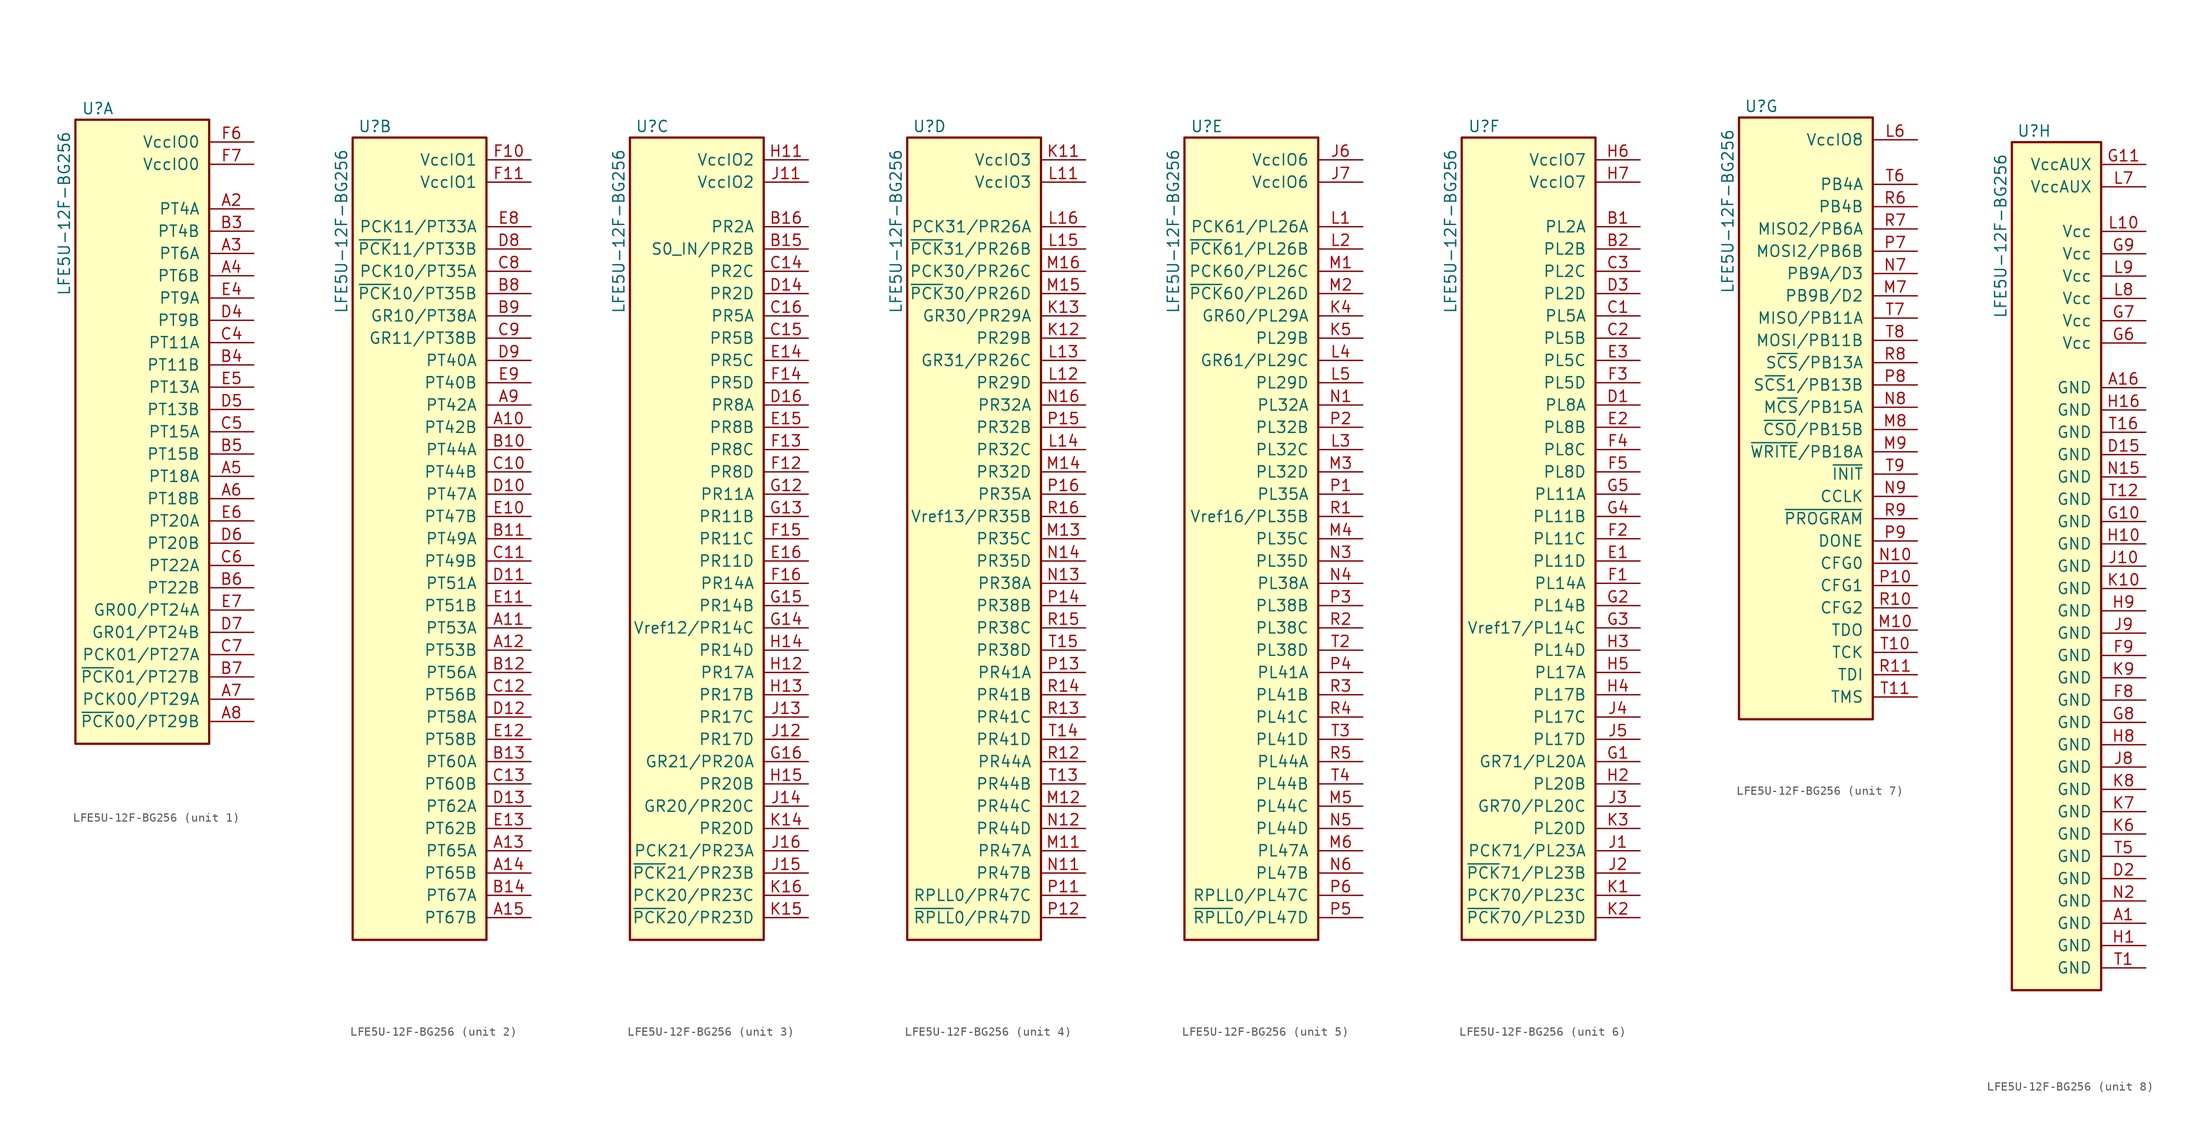
<source format=kicad_sym>
(kicad_symbol_lib
  (version 20220914)
  (generator kicad_symbol_editor)
  (symbol "LFE5U-12F-BG256"
    (pin_names
      (offset 1.016))
    (property "Reference" "U"
      (at 0 19.05 0)
      (effects (font (size 1.27 1.27))))
    (property "Value" "LFE5U-12F-BG256"
      (at -3.81 16.51 90)
      (effects (font (size 1.27 1.27)) (justify right)))
    (property "ki_locked" ""
      (at 0 0 0)
      (effects (font (size 1.27 1.27))))
    (symbol "LFE5U-12F-BG256_1_1"
      (rectangle (start 12.7 17.78) (end -2.54 -53.34) (stroke (width 0.254) (type default)) (fill (type background)))
      (pin bidirectional line (at 17.78 7.62 180) (length 5.08) (name "PT4A" (effects (font (size 1.27 1.27)))) (number "A2" (effects (font (size 1.27 1.27)))))
      (pin bidirectional line (at 17.78 2.54 180) (length 5.08) (name "PT6A" (effects (font (size 1.27 1.27)))) (number "A3" (effects (font (size 1.27 1.27)))))
      (pin bidirectional line (at 17.78 0 180) (length 5.08) (name "PT6B" (effects (font (size 1.27 1.27)))) (number "A4" (effects (font (size 1.27 1.27)))))
      (pin bidirectional line (at 17.78 -22.86 180) (length 5.08) (name "PT18A" (effects (font (size 1.27 1.27)))) (number "A5" (effects (font (size 1.27 1.27)))))
      (pin bidirectional line (at 17.78 -25.4 180) (length 5.08) (name "PT18B" (effects (font (size 1.27 1.27)))) (number "A6" (effects (font (size 1.27 1.27)))))
      (pin bidirectional line (at 17.78 -48.26 180) (length 5.08) (name "PCK00/PT29A" (effects (font (size 1.27 1.27)))) (number "A7" (effects (font (size 1.27 1.27)))))
      (pin bidirectional line (at 17.78 -50.8 180) (length 5.08) (name "~{PCK}00/PT29B" (effects (font (size 1.27 1.27)))) (number "A8" (effects (font (size 1.27 1.27)))))
      (pin bidirectional line (at 17.78 5.08 180) (length 5.08) (name "PT4B" (effects (font (size 1.27 1.27)))) (number "B3" (effects (font (size 1.27 1.27)))))
      (pin bidirectional line (at 17.78 -10.16 180) (length 5.08) (name "PT11B" (effects (font (size 1.27 1.27)))) (number "B4" (effects (font (size 1.27 1.27)))))
      (pin bidirectional line (at 17.78 -20.32 180) (length 5.08) (name "PT15B" (effects (font (size 1.27 1.27)))) (number "B5" (effects (font (size 1.27 1.27)))))
      (pin bidirectional line (at 17.78 -35.56 180) (length 5.08) (name "PT22B" (effects (font (size 1.27 1.27)))) (number "B6" (effects (font (size 1.27 1.27)))))
      (pin bidirectional line (at 17.78 -45.72 180) (length 5.08) (name "~{PCK}01/PT27B" (effects (font (size 1.27 1.27)))) (number "B7" (effects (font (size 1.27 1.27)))))
      (pin bidirectional line (at 17.78 -7.62 180) (length 5.08) (name "PT11A" (effects (font (size 1.27 1.27)))) (number "C4" (effects (font (size 1.27 1.27)))))
      (pin bidirectional line (at 17.78 -17.78 180) (length 5.08) (name "PT15A" (effects (font (size 1.27 1.27)))) (number "C5" (effects (font (size 1.27 1.27)))))
      (pin bidirectional line (at 17.78 -33.02 180) (length 5.08) (name "PT22A" (effects (font (size 1.27 1.27)))) (number "C6" (effects (font (size 1.27 1.27)))))
      (pin bidirectional line (at 17.78 -43.18 180) (length 5.08) (name "PCK01/PT27A" (effects (font (size 1.27 1.27)))) (number "C7" (effects (font (size 1.27 1.27)))))
      (pin bidirectional line (at 17.78 -5.08 180) (length 5.08) (name "PT9B" (effects (font (size 1.27 1.27)))) (number "D4" (effects (font (size 1.27 1.27)))))
      (pin bidirectional line (at 17.78 -15.24 180) (length 5.08) (name "PT13B" (effects (font (size 1.27 1.27)))) (number "D5" (effects (font (size 1.27 1.27)))))
      (pin bidirectional line (at 17.78 -30.48 180) (length 5.08) (name "PT20B" (effects (font (size 1.27 1.27)))) (number "D6" (effects (font (size 1.27 1.27)))))
      (pin bidirectional line (at 17.78 -40.64 180) (length 5.08) (name "GR01/PT24B" (effects (font (size 1.27 1.27)))) (number "D7" (effects (font (size 1.27 1.27)))))
      (pin bidirectional line (at 17.78 -2.54 180) (length 5.08) (name "PT9A" (effects (font (size 1.27 1.27)))) (number "E4" (effects (font (size 1.27 1.27)))))
      (pin bidirectional line (at 17.78 -12.7 180) (length 5.08) (name "PT13A" (effects (font (size 1.27 1.27)))) (number "E5" (effects (font (size 1.27 1.27)))))
      (pin bidirectional line (at 17.78 -27.94 180) (length 5.08) (name "PT20A" (effects (font (size 1.27 1.27)))) (number "E6" (effects (font (size 1.27 1.27)))))
      (pin bidirectional line (at 17.78 -38.1 180) (length 5.08) (name "GR00/PT24A" (effects (font (size 1.27 1.27)))) (number "E7" (effects (font (size 1.27 1.27)))))
      (pin power_in line (at 17.78 15.24 180) (length 5.08) (name "VccIO0" (effects (font (size 1.27 1.27)))) (number "F6" (effects (font (size 1.27 1.27)))))
      (pin power_in line (at 17.78 12.7 180) (length 5.08) (name "VccIO0" (effects (font (size 1.27 1.27)))) (number "F7" (effects (font (size 1.27 1.27))))))
    (symbol "LFE5U-12F-BG256_2_1"
      (rectangle (start 12.7 -73.66) (end -2.54 17.78) (stroke (width 0.254) (type default)) (fill (type background)))
      (pin bidirectional line (at 17.78 -15.24 180) (length 5.08) (name "PT42B" (effects (font (size 1.27 1.27)))) (number "A10" (effects (font (size 1.27 1.27)))))
      (pin bidirectional line (at 17.78 -38.1 180) (length 5.08) (name "PT53A" (effects (font (size 1.27 1.27)))) (number "A11" (effects (font (size 1.27 1.27)))))
      (pin bidirectional line (at 17.78 -40.64 180) (length 5.08) (name "PT53B" (effects (font (size 1.27 1.27)))) (number "A12" (effects (font (size 1.27 1.27)))))
      (pin bidirectional line (at 17.78 -63.5 180) (length 5.08) (name "PT65A" (effects (font (size 1.27 1.27)))) (number "A13" (effects (font (size 1.27 1.27)))))
      (pin bidirectional line (at 17.78 -66.04 180) (length 5.08) (name "PT65B" (effects (font (size 1.27 1.27)))) (number "A14" (effects (font (size 1.27 1.27)))))
      (pin bidirectional line (at 17.78 -71.12 180) (length 5.08) (name "PT67B" (effects (font (size 1.27 1.27)))) (number "A15" (effects (font (size 1.27 1.27)))))
      (pin bidirectional line (at 17.78 -12.7 180) (length 5.08) (name "PT42A" (effects (font (size 1.27 1.27)))) (number "A9" (effects (font (size 1.27 1.27)))))
      (pin bidirectional line (at 17.78 -17.78 180) (length 5.08) (name "PT44A" (effects (font (size 1.27 1.27)))) (number "B10" (effects (font (size 1.27 1.27)))))
      (pin bidirectional line (at 17.78 -27.94 180) (length 5.08) (name "PT49A" (effects (font (size 1.27 1.27)))) (number "B11" (effects (font (size 1.27 1.27)))))
      (pin bidirectional line (at 17.78 -43.18 180) (length 5.08) (name "PT56A" (effects (font (size 1.27 1.27)))) (number "B12" (effects (font (size 1.27 1.27)))))
      (pin bidirectional line (at 17.78 -53.34 180) (length 5.08) (name "PT60A" (effects (font (size 1.27 1.27)))) (number "B13" (effects (font (size 1.27 1.27)))))
      (pin bidirectional line (at 17.78 -68.58 180) (length 5.08) (name "PT67A" (effects (font (size 1.27 1.27)))) (number "B14" (effects (font (size 1.27 1.27)))))
      (pin bidirectional line (at 17.78 0 180) (length 5.08) (name "~{PCK}10/PT35B" (effects (font (size 1.27 1.27)))) (number "B8" (effects (font (size 1.27 1.27)))))
      (pin bidirectional line (at 17.78 -2.54 180) (length 5.08) (name "GR10/PT38A" (effects (font (size 1.27 1.27)))) (number "B9" (effects (font (size 1.27 1.27)))))
      (pin bidirectional line (at 17.78 -20.32 180) (length 5.08) (name "PT44B" (effects (font (size 1.27 1.27)))) (number "C10" (effects (font (size 1.27 1.27)))))
      (pin bidirectional line (at 17.78 -30.48 180) (length 5.08) (name "PT49B" (effects (font (size 1.27 1.27)))) (number "C11" (effects (font (size 1.27 1.27)))))
      (pin bidirectional line (at 17.78 -45.72 180) (length 5.08) (name "PT56B" (effects (font (size 1.27 1.27)))) (number "C12" (effects (font (size 1.27 1.27)))))
      (pin bidirectional line (at 17.78 -55.88 180) (length 5.08) (name "PT60B" (effects (font (size 1.27 1.27)))) (number "C13" (effects (font (size 1.27 1.27)))))
      (pin bidirectional line (at 17.78 2.54 180) (length 5.08) (name "PCK10/PT35A" (effects (font (size 1.27 1.27)))) (number "C8" (effects (font (size 1.27 1.27)))))
      (pin bidirectional line (at 17.78 -5.08 180) (length 5.08) (name "GR11/PT38B" (effects (font (size 1.27 1.27)))) (number "C9" (effects (font (size 1.27 1.27)))))
      (pin bidirectional line (at 17.78 -22.86 180) (length 5.08) (name "PT47A" (effects (font (size 1.27 1.27)))) (number "D10" (effects (font (size 1.27 1.27)))))
      (pin bidirectional line (at 17.78 -33.02 180) (length 5.08) (name "PT51A" (effects (font (size 1.27 1.27)))) (number "D11" (effects (font (size 1.27 1.27)))))
      (pin bidirectional line (at 17.78 -48.26 180) (length 5.08) (name "PT58A" (effects (font (size 1.27 1.27)))) (number "D12" (effects (font (size 1.27 1.27)))))
      (pin bidirectional line (at 17.78 -58.42 180) (length 5.08) (name "PT62A" (effects (font (size 1.27 1.27)))) (number "D13" (effects (font (size 1.27 1.27)))))
      (pin bidirectional line (at 17.78 5.08 180) (length 5.08) (name "~{PCK}11/PT33B" (effects (font (size 1.27 1.27)))) (number "D8" (effects (font (size 1.27 1.27)))))
      (pin bidirectional line (at 17.78 -7.62 180) (length 5.08) (name "PT40A" (effects (font (size 1.27 1.27)))) (number "D9" (effects (font (size 1.27 1.27)))))
      (pin bidirectional line (at 17.78 -25.4 180) (length 5.08) (name "PT47B" (effects (font (size 1.27 1.27)))) (number "E10" (effects (font (size 1.27 1.27)))))
      (pin bidirectional line (at 17.78 -35.56 180) (length 5.08) (name "PT51B" (effects (font (size 1.27 1.27)))) (number "E11" (effects (font (size 1.27 1.27)))))
      (pin bidirectional line (at 17.78 -50.8 180) (length 5.08) (name "PT58B" (effects (font (size 1.27 1.27)))) (number "E12" (effects (font (size 1.27 1.27)))))
      (pin bidirectional line (at 17.78 -60.96 180) (length 5.08) (name "PT62B" (effects (font (size 1.27 1.27)))) (number "E13" (effects (font (size 1.27 1.27)))))
      (pin bidirectional line (at 17.78 7.62 180) (length 5.08) (name "PCK11/PT33A" (effects (font (size 1.27 1.27)))) (number "E8" (effects (font (size 1.27 1.27)))))
      (pin bidirectional line (at 17.78 -10.16 180) (length 5.08) (name "PT40B" (effects (font (size 1.27 1.27)))) (number "E9" (effects (font (size 1.27 1.27)))))
      (pin power_in line (at 17.78 15.24 180) (length 5.08) (name "VccIO1" (effects (font (size 1.27 1.27)))) (number "F10" (effects (font (size 1.27 1.27)))))
      (pin power_in line (at 17.78 12.7 180) (length 5.08) (name "VccIO1" (effects (font (size 1.27 1.27)))) (number "F11" (effects (font (size 1.27 1.27))))))
    (symbol "LFE5U-12F-BG256_3_1"
      (rectangle (start -2.54 17.78) (end 12.7 -73.66) (stroke (width 0.254) (type default)) (fill (type background)))
      (pin bidirectional line (at 17.78 5.08 180) (length 5.08) (name "S0_IN/PR2B" (effects (font (size 1.27 1.27)))) (number "B15" (effects (font (size 1.27 1.27)))))
      (pin bidirectional line (at 17.78 7.62 180) (length 5.08) (name "PR2A" (effects (font (size 1.27 1.27)))) (number "B16" (effects (font (size 1.27 1.27)))))
      (pin bidirectional line (at 17.78 2.54 180) (length 5.08) (name "PR2C" (effects (font (size 1.27 1.27)))) (number "C14" (effects (font (size 1.27 1.27)))))
      (pin bidirectional line (at 17.78 -5.08 180) (length 5.08) (name "PR5B" (effects (font (size 1.27 1.27)))) (number "C15" (effects (font (size 1.27 1.27)))))
      (pin bidirectional line (at 17.78 -2.54 180) (length 5.08) (name "PR5A" (effects (font (size 1.27 1.27)))) (number "C16" (effects (font (size 1.27 1.27)))))
      (pin bidirectional line (at 17.78 0 180) (length 5.08) (name "PR2D" (effects (font (size 1.27 1.27)))) (number "D14" (effects (font (size 1.27 1.27)))))
      (pin bidirectional line (at 17.78 -12.7 180) (length 5.08) (name "PR8A" (effects (font (size 1.27 1.27)))) (number "D16" (effects (font (size 1.27 1.27)))))
      (pin bidirectional line (at 17.78 -7.62 180) (length 5.08) (name "PR5C" (effects (font (size 1.27 1.27)))) (number "E14" (effects (font (size 1.27 1.27)))))
      (pin bidirectional line (at 17.78 -15.24 180) (length 5.08) (name "PR8B" (effects (font (size 1.27 1.27)))) (number "E15" (effects (font (size 1.27 1.27)))))
      (pin bidirectional line (at 17.78 -30.48 180) (length 5.08) (name "PR11D" (effects (font (size 1.27 1.27)))) (number "E16" (effects (font (size 1.27 1.27)))))
      (pin bidirectional line (at 17.78 -20.32 180) (length 5.08) (name "PR8D" (effects (font (size 1.27 1.27)))) (number "F12" (effects (font (size 1.27 1.27)))))
      (pin bidirectional line (at 17.78 -17.78 180) (length 5.08) (name "PR8C" (effects (font (size 1.27 1.27)))) (number "F13" (effects (font (size 1.27 1.27)))))
      (pin bidirectional line (at 17.78 -10.16 180) (length 5.08) (name "PR5D" (effects (font (size 1.27 1.27)))) (number "F14" (effects (font (size 1.27 1.27)))))
      (pin bidirectional line (at 17.78 -27.94 180) (length 5.08) (name "PR11C" (effects (font (size 1.27 1.27)))) (number "F15" (effects (font (size 1.27 1.27)))))
      (pin bidirectional line (at 17.78 -33.02 180) (length 5.08) (name "PR14A" (effects (font (size 1.27 1.27)))) (number "F16" (effects (font (size 1.27 1.27)))))
      (pin bidirectional line (at 17.78 -22.86 180) (length 5.08) (name "PR11A" (effects (font (size 1.27 1.27)))) (number "G12" (effects (font (size 1.27 1.27)))))
      (pin bidirectional line (at 17.78 -25.4 180) (length 5.08) (name "PR11B" (effects (font (size 1.27 1.27)))) (number "G13" (effects (font (size 1.27 1.27)))))
      (pin bidirectional line (at 17.78 -38.1 180) (length 5.08) (name "Vref12/PR14C" (effects (font (size 1.27 1.27)))) (number "G14" (effects (font (size 1.27 1.27)))))
      (pin bidirectional line (at 17.78 -35.56 180) (length 5.08) (name "PR14B" (effects (font (size 1.27 1.27)))) (number "G15" (effects (font (size 1.27 1.27)))))
      (pin bidirectional line (at 17.78 -53.34 180) (length 5.08) (name "GR21/PR20A" (effects (font (size 1.27 1.27)))) (number "G16" (effects (font (size 1.27 1.27)))))
      (pin power_in line (at 17.78 15.24 180) (length 5.08) (name "VccIO2" (effects (font (size 1.27 1.27)))) (number "H11" (effects (font (size 1.27 1.27)))))
      (pin bidirectional line (at 17.78 -43.18 180) (length 5.08) (name "PR17A" (effects (font (size 1.27 1.27)))) (number "H12" (effects (font (size 1.27 1.27)))))
      (pin bidirectional line (at 17.78 -45.72 180) (length 5.08) (name "PR17B" (effects (font (size 1.27 1.27)))) (number "H13" (effects (font (size 1.27 1.27)))))
      (pin bidirectional line (at 17.78 -40.64 180) (length 5.08) (name "PR14D" (effects (font (size 1.27 1.27)))) (number "H14" (effects (font (size 1.27 1.27)))))
      (pin bidirectional line (at 17.78 -55.88 180) (length 5.08) (name "PR20B" (effects (font (size 1.27 1.27)))) (number "H15" (effects (font (size 1.27 1.27)))))
      (pin power_in line (at 17.78 12.7 180) (length 5.08) (name "VccIO2" (effects (font (size 1.27 1.27)))) (number "J11" (effects (font (size 1.27 1.27)))))
      (pin bidirectional line (at 17.78 -50.8 180) (length 5.08) (name "PR17D" (effects (font (size 1.27 1.27)))) (number "J12" (effects (font (size 1.27 1.27)))))
      (pin bidirectional line (at 17.78 -48.26 180) (length 5.08) (name "PR17C" (effects (font (size 1.27 1.27)))) (number "J13" (effects (font (size 1.27 1.27)))))
      (pin bidirectional line (at 17.78 -58.42 180) (length 5.08) (name "GR20/PR20C" (effects (font (size 1.27 1.27)))) (number "J14" (effects (font (size 1.27 1.27)))))
      (pin bidirectional line (at 17.78 -66.04 180) (length 5.08) (name "~{PCK}21/PR23B" (effects (font (size 1.27 1.27)))) (number "J15" (effects (font (size 1.27 1.27)))))
      (pin bidirectional line (at 17.78 -63.5 180) (length 5.08) (name "PCK21/PR23A" (effects (font (size 1.27 1.27)))) (number "J16" (effects (font (size 1.27 1.27)))))
      (pin bidirectional line (at 17.78 -60.96 180) (length 5.08) (name "PR20D" (effects (font (size 1.27 1.27)))) (number "K14" (effects (font (size 1.27 1.27)))))
      (pin bidirectional line (at 17.78 -71.12 180) (length 5.08) (name "~{PCK}20/PR23D" (effects (font (size 1.27 1.27)))) (number "K15" (effects (font (size 1.27 1.27)))))
      (pin bidirectional line (at 17.78 -68.58 180) (length 5.08) (name "PCK20/PR23C" (effects (font (size 1.27 1.27)))) (number "K16" (effects (font (size 1.27 1.27))))))
    (symbol "LFE5U-12F-BG256_4_1"
      (rectangle (start -2.54 17.78) (end 12.7 -73.66) (stroke (width 0.254) (type default)) (fill (type background)))
      (pin power_in line (at 17.78 15.24 180) (length 5.08) (name "VccIO3" (effects (font (size 1.27 1.27)))) (number "K11" (effects (font (size 1.27 1.27)))))
      (pin bidirectional line (at 17.78 -5.08 180) (length 5.08) (name "PR29B" (effects (font (size 1.27 1.27)))) (number "K12" (effects (font (size 1.27 1.27)))))
      (pin bidirectional line (at 17.78 -2.54 180) (length 5.08) (name "GR30/PR29A" (effects (font (size 1.27 1.27)))) (number "K13" (effects (font (size 1.27 1.27)))))
      (pin power_in line (at 17.78 12.7 180) (length 5.08) (name "VccIO3" (effects (font (size 1.27 1.27)))) (number "L11" (effects (font (size 1.27 1.27)))))
      (pin bidirectional line (at 17.78 -10.16 180) (length 5.08) (name "PR29D" (effects (font (size 1.27 1.27)))) (number "L12" (effects (font (size 1.27 1.27)))))
      (pin bidirectional line (at 17.78 -7.62 180) (length 5.08) (name "GR31/PR26C" (effects (font (size 1.27 1.27)))) (number "L13" (effects (font (size 1.27 1.27)))))
      (pin bidirectional line (at 17.78 -17.78 180) (length 5.08) (name "PR32C" (effects (font (size 1.27 1.27)))) (number "L14" (effects (font (size 1.27 1.27)))))
      (pin bidirectional line (at 17.78 5.08 180) (length 5.08) (name "~{PCK}31/PR26B" (effects (font (size 1.27 1.27)))) (number "L15" (effects (font (size 1.27 1.27)))))
      (pin bidirectional line (at 17.78 7.62 180) (length 5.08) (name "PCK31/PR26A" (effects (font (size 1.27 1.27)))) (number "L16" (effects (font (size 1.27 1.27)))))
      (pin bidirectional line (at 17.78 -63.5 180) (length 5.08) (name "PR47A" (effects (font (size 1.27 1.27)))) (number "M11" (effects (font (size 1.27 1.27)))))
      (pin bidirectional line (at 17.78 -58.42 180) (length 5.08) (name "PR44C" (effects (font (size 1.27 1.27)))) (number "M12" (effects (font (size 1.27 1.27)))))
      (pin bidirectional line (at 17.78 -27.94 180) (length 5.08) (name "PR35C" (effects (font (size 1.27 1.27)))) (number "M13" (effects (font (size 1.27 1.27)))))
      (pin bidirectional line (at 17.78 -20.32 180) (length 5.08) (name "PR32D" (effects (font (size 1.27 1.27)))) (number "M14" (effects (font (size 1.27 1.27)))))
      (pin bidirectional line (at 17.78 0 180) (length 5.08) (name "~{PCK}30/PR26D" (effects (font (size 1.27 1.27)))) (number "M15" (effects (font (size 1.27 1.27)))))
      (pin bidirectional line (at 17.78 2.54 180) (length 5.08) (name "PCK30/PR26C" (effects (font (size 1.27 1.27)))) (number "M16" (effects (font (size 1.27 1.27)))))
      (pin bidirectional line (at 17.78 -66.04 180) (length 5.08) (name "PR47B" (effects (font (size 1.27 1.27)))) (number "N11" (effects (font (size 1.27 1.27)))))
      (pin bidirectional line (at 17.78 -60.96 180) (length 5.08) (name "PR44D" (effects (font (size 1.27 1.27)))) (number "N12" (effects (font (size 1.27 1.27)))))
      (pin bidirectional line (at 17.78 -33.02 180) (length 5.08) (name "PR38A" (effects (font (size 1.27 1.27)))) (number "N13" (effects (font (size 1.27 1.27)))))
      (pin bidirectional line (at 17.78 -30.48 180) (length 5.08) (name "PR35D" (effects (font (size 1.27 1.27)))) (number "N14" (effects (font (size 1.27 1.27)))))
      (pin bidirectional line (at 17.78 -12.7 180) (length 5.08) (name "PR32A" (effects (font (size 1.27 1.27)))) (number "N16" (effects (font (size 1.27 1.27)))))
      (pin bidirectional line (at 17.78 -68.58 180) (length 5.08) (name "RPLL0/PR47C" (effects (font (size 1.27 1.27)))) (number "P11" (effects (font (size 1.27 1.27)))))
      (pin bidirectional line (at 17.78 -71.12 180) (length 5.08) (name "~{RPLL}0/PR47D" (effects (font (size 1.27 1.27)))) (number "P12" (effects (font (size 1.27 1.27)))))
      (pin bidirectional line (at 17.78 -43.18 180) (length 5.08) (name "PR41A" (effects (font (size 1.27 1.27)))) (number "P13" (effects (font (size 1.27 1.27)))))
      (pin bidirectional line (at 17.78 -35.56 180) (length 5.08) (name "PR38B" (effects (font (size 1.27 1.27)))) (number "P14" (effects (font (size 1.27 1.27)))))
      (pin bidirectional line (at 17.78 -15.24 180) (length 5.08) (name "PR32B" (effects (font (size 1.27 1.27)))) (number "P15" (effects (font (size 1.27 1.27)))))
      (pin bidirectional line (at 17.78 -22.86 180) (length 5.08) (name "PR35A" (effects (font (size 1.27 1.27)))) (number "P16" (effects (font (size 1.27 1.27)))))
      (pin bidirectional line (at 17.78 -53.34 180) (length 5.08) (name "PR44A" (effects (font (size 1.27 1.27)))) (number "R12" (effects (font (size 1.27 1.27)))))
      (pin bidirectional line (at 17.78 -48.26 180) (length 5.08) (name "PR41C" (effects (font (size 1.27 1.27)))) (number "R13" (effects (font (size 1.27 1.27)))))
      (pin bidirectional line (at 17.78 -45.72 180) (length 5.08) (name "PR41B" (effects (font (size 1.27 1.27)))) (number "R14" (effects (font (size 1.27 1.27)))))
      (pin bidirectional line (at 17.78 -38.1 180) (length 5.08) (name "PR38C" (effects (font (size 1.27 1.27)))) (number "R15" (effects (font (size 1.27 1.27)))))
      (pin bidirectional line (at 17.78 -25.4 180) (length 5.08) (name "Vref13/PR35B" (effects (font (size 1.27 1.27)))) (number "R16" (effects (font (size 1.27 1.27)))))
      (pin bidirectional line (at 17.78 -55.88 180) (length 5.08) (name "PR44B" (effects (font (size 1.27 1.27)))) (number "T13" (effects (font (size 1.27 1.27)))))
      (pin bidirectional line (at 17.78 -50.8 180) (length 5.08) (name "PR41D" (effects (font (size 1.27 1.27)))) (number "T14" (effects (font (size 1.27 1.27)))))
      (pin bidirectional line (at 17.78 -40.64 180) (length 5.08) (name "PR38D" (effects (font (size 1.27 1.27)))) (number "T15" (effects (font (size 1.27 1.27))))))
    (symbol "LFE5U-12F-BG256_5_1"
      (rectangle (start -2.54 17.78) (end 12.7 -73.66) (stroke (width 0.254) (type default)) (fill (type background)))
      (pin power_in line (at 17.78 15.24 180) (length 5.08) (name "VccIO6" (effects (font (size 1.27 1.27)))) (number "J6" (effects (font (size 1.27 1.27)))))
      (pin power_in line (at 17.78 12.7 180) (length 5.08) (name "VccIO6" (effects (font (size 1.27 1.27)))) (number "J7" (effects (font (size 1.27 1.27)))))
      (pin bidirectional line (at 17.78 -2.54 180) (length 5.08) (name "GR60/PL29A" (effects (font (size 1.27 1.27)))) (number "K4" (effects (font (size 1.27 1.27)))))
      (pin bidirectional line (at 17.78 -5.08 180) (length 5.08) (name "PL29B" (effects (font (size 1.27 1.27)))) (number "K5" (effects (font (size 1.27 1.27)))))
      (pin bidirectional line (at 17.78 7.62 180) (length 5.08) (name "PCK61/PL26A" (effects (font (size 1.27 1.27)))) (number "L1" (effects (font (size 1.27 1.27)))))
      (pin bidirectional line (at 17.78 5.08 180) (length 5.08) (name "~{PCK}61/PL26B" (effects (font (size 1.27 1.27)))) (number "L2" (effects (font (size 1.27 1.27)))))
      (pin bidirectional line (at 17.78 -17.78 180) (length 5.08) (name "PL32C" (effects (font (size 1.27 1.27)))) (number "L3" (effects (font (size 1.27 1.27)))))
      (pin bidirectional line (at 17.78 -7.62 180) (length 5.08) (name "GR61/PL29C" (effects (font (size 1.27 1.27)))) (number "L4" (effects (font (size 1.27 1.27)))))
      (pin bidirectional line (at 17.78 -10.16 180) (length 5.08) (name "PL29D" (effects (font (size 1.27 1.27)))) (number "L5" (effects (font (size 1.27 1.27)))))
      (pin bidirectional line (at 17.78 2.54 180) (length 5.08) (name "PCK60/PL26C" (effects (font (size 1.27 1.27)))) (number "M1" (effects (font (size 1.27 1.27)))))
      (pin bidirectional line (at 17.78 0 180) (length 5.08) (name "~{PCK}60/PL26D" (effects (font (size 1.27 1.27)))) (number "M2" (effects (font (size 1.27 1.27)))))
      (pin bidirectional line (at 17.78 -20.32 180) (length 5.08) (name "PL32D" (effects (font (size 1.27 1.27)))) (number "M3" (effects (font (size 1.27 1.27)))))
      (pin bidirectional line (at 17.78 -27.94 180) (length 5.08) (name "PL35C" (effects (font (size 1.27 1.27)))) (number "M4" (effects (font (size 1.27 1.27)))))
      (pin bidirectional line (at 17.78 -58.42 180) (length 5.08) (name "PL44C" (effects (font (size 1.27 1.27)))) (number "M5" (effects (font (size 1.27 1.27)))))
      (pin bidirectional line (at 17.78 -63.5 180) (length 5.08) (name "PL47A" (effects (font (size 1.27 1.27)))) (number "M6" (effects (font (size 1.27 1.27)))))
      (pin bidirectional line (at 17.78 -12.7 180) (length 5.08) (name "PL32A" (effects (font (size 1.27 1.27)))) (number "N1" (effects (font (size 1.27 1.27)))))
      (pin bidirectional line (at 17.78 -30.48 180) (length 5.08) (name "PL35D" (effects (font (size 1.27 1.27)))) (number "N3" (effects (font (size 1.27 1.27)))))
      (pin bidirectional line (at 17.78 -33.02 180) (length 5.08) (name "PL38A" (effects (font (size 1.27 1.27)))) (number "N4" (effects (font (size 1.27 1.27)))))
      (pin bidirectional line (at 17.78 -60.96 180) (length 5.08) (name "PL44D" (effects (font (size 1.27 1.27)))) (number "N5" (effects (font (size 1.27 1.27)))))
      (pin bidirectional line (at 17.78 -66.04 180) (length 5.08) (name "PL47B" (effects (font (size 1.27 1.27)))) (number "N6" (effects (font (size 1.27 1.27)))))
      (pin bidirectional line (at 17.78 -22.86 180) (length 5.08) (name "PL35A" (effects (font (size 1.27 1.27)))) (number "P1" (effects (font (size 1.27 1.27)))))
      (pin bidirectional line (at 17.78 -15.24 180) (length 5.08) (name "PL32B" (effects (font (size 1.27 1.27)))) (number "P2" (effects (font (size 1.27 1.27)))))
      (pin bidirectional line (at 17.78 -35.56 180) (length 5.08) (name "PL38B" (effects (font (size 1.27 1.27)))) (number "P3" (effects (font (size 1.27 1.27)))))
      (pin bidirectional line (at 17.78 -43.18 180) (length 5.08) (name "PL41A" (effects (font (size 1.27 1.27)))) (number "P4" (effects (font (size 1.27 1.27)))))
      (pin bidirectional line (at 17.78 -71.12 180) (length 5.08) (name "~{RPLL}0/PL47D" (effects (font (size 1.27 1.27)))) (number "P5" (effects (font (size 1.27 1.27)))))
      (pin bidirectional line (at 17.78 -68.58 180) (length 5.08) (name "RPLL0/PL47C" (effects (font (size 1.27 1.27)))) (number "P6" (effects (font (size 1.27 1.27)))))
      (pin bidirectional line (at 17.78 -25.4 180) (length 5.08) (name "Vref16/PL35B" (effects (font (size 1.27 1.27)))) (number "R1" (effects (font (size 1.27 1.27)))))
      (pin bidirectional line (at 17.78 -38.1 180) (length 5.08) (name "PL38C" (effects (font (size 1.27 1.27)))) (number "R2" (effects (font (size 1.27 1.27)))))
      (pin bidirectional line (at 17.78 -45.72 180) (length 5.08) (name "PL41B" (effects (font (size 1.27 1.27)))) (number "R3" (effects (font (size 1.27 1.27)))))
      (pin bidirectional line (at 17.78 -48.26 180) (length 5.08) (name "PL41C" (effects (font (size 1.27 1.27)))) (number "R4" (effects (font (size 1.27 1.27)))))
      (pin bidirectional line (at 17.78 -53.34 180) (length 5.08) (name "PL44A" (effects (font (size 1.27 1.27)))) (number "R5" (effects (font (size 1.27 1.27)))))
      (pin bidirectional line (at 17.78 -40.64 180) (length 5.08) (name "PL38D" (effects (font (size 1.27 1.27)))) (number "T2" (effects (font (size 1.27 1.27)))))
      (pin bidirectional line (at 17.78 -50.8 180) (length 5.08) (name "PL41D" (effects (font (size 1.27 1.27)))) (number "T3" (effects (font (size 1.27 1.27)))))
      (pin bidirectional line (at 17.78 -55.88 180) (length 5.08) (name "PL44B" (effects (font (size 1.27 1.27)))) (number "T4" (effects (font (size 1.27 1.27))))))
    (symbol "LFE5U-12F-BG256_6_1"
      (rectangle (start -2.54 17.78) (end 12.7 -73.66) (stroke (width 0.254) (type default)) (fill (type background)))
      (pin bidirectional line (at 17.78 7.62 180) (length 5.08) (name "PL2A" (effects (font (size 1.27 1.27)))) (number "B1" (effects (font (size 1.27 1.27)))))
      (pin bidirectional line (at 17.78 5.08 180) (length 5.08) (name "PL2B" (effects (font (size 1.27 1.27)))) (number "B2" (effects (font (size 1.27 1.27)))))
      (pin bidirectional line (at 17.78 -2.54 180) (length 5.08) (name "PL5A" (effects (font (size 1.27 1.27)))) (number "C1" (effects (font (size 1.27 1.27)))))
      (pin bidirectional line (at 17.78 -5.08 180) (length 5.08) (name "PL5B" (effects (font (size 1.27 1.27)))) (number "C2" (effects (font (size 1.27 1.27)))))
      (pin bidirectional line (at 17.78 2.54 180) (length 5.08) (name "PL2C" (effects (font (size 1.27 1.27)))) (number "C3" (effects (font (size 1.27 1.27)))))
      (pin bidirectional line (at 17.78 -12.7 180) (length 5.08) (name "PL8A" (effects (font (size 1.27 1.27)))) (number "D1" (effects (font (size 1.27 1.27)))))
      (pin bidirectional line (at 17.78 0 180) (length 5.08) (name "PL2D" (effects (font (size 1.27 1.27)))) (number "D3" (effects (font (size 1.27 1.27)))))
      (pin bidirectional line (at 17.78 -30.48 180) (length 5.08) (name "PL11D" (effects (font (size 1.27 1.27)))) (number "E1" (effects (font (size 1.27 1.27)))))
      (pin bidirectional line (at 17.78 -15.24 180) (length 5.08) (name "PL8B" (effects (font (size 1.27 1.27)))) (number "E2" (effects (font (size 1.27 1.27)))))
      (pin bidirectional line (at 17.78 -7.62 180) (length 5.08) (name "PL5C" (effects (font (size 1.27 1.27)))) (number "E3" (effects (font (size 1.27 1.27)))))
      (pin bidirectional line (at 17.78 -33.02 180) (length 5.08) (name "PL14A" (effects (font (size 1.27 1.27)))) (number "F1" (effects (font (size 1.27 1.27)))))
      (pin bidirectional line (at 17.78 -27.94 180) (length 5.08) (name "PL11C" (effects (font (size 1.27 1.27)))) (number "F2" (effects (font (size 1.27 1.27)))))
      (pin bidirectional line (at 17.78 -10.16 180) (length 5.08) (name "PL5D" (effects (font (size 1.27 1.27)))) (number "F3" (effects (font (size 1.27 1.27)))))
      (pin bidirectional line (at 17.78 -17.78 180) (length 5.08) (name "PL8C" (effects (font (size 1.27 1.27)))) (number "F4" (effects (font (size 1.27 1.27)))))
      (pin bidirectional line (at 17.78 -20.32 180) (length 5.08) (name "PL8D" (effects (font (size 1.27 1.27)))) (number "F5" (effects (font (size 1.27 1.27)))))
      (pin bidirectional line (at 17.78 -53.34 180) (length 5.08) (name "GR71/PL20A" (effects (font (size 1.27 1.27)))) (number "G1" (effects (font (size 1.27 1.27)))))
      (pin bidirectional line (at 17.78 -35.56 180) (length 5.08) (name "PL14B" (effects (font (size 1.27 1.27)))) (number "G2" (effects (font (size 1.27 1.27)))))
      (pin bidirectional line (at 17.78 -38.1 180) (length 5.08) (name "Vref17/PL14C" (effects (font (size 1.27 1.27)))) (number "G3" (effects (font (size 1.27 1.27)))))
      (pin bidirectional line (at 17.78 -25.4 180) (length 5.08) (name "PL11B" (effects (font (size 1.27 1.27)))) (number "G4" (effects (font (size 1.27 1.27)))))
      (pin bidirectional line (at 17.78 -22.86 180) (length 5.08) (name "PL11A" (effects (font (size 1.27 1.27)))) (number "G5" (effects (font (size 1.27 1.27)))))
      (pin bidirectional line (at 17.78 -55.88 180) (length 5.08) (name "PL20B" (effects (font (size 1.27 1.27)))) (number "H2" (effects (font (size 1.27 1.27)))))
      (pin bidirectional line (at 17.78 -40.64 180) (length 5.08) (name "PL14D" (effects (font (size 1.27 1.27)))) (number "H3" (effects (font (size 1.27 1.27)))))
      (pin bidirectional line (at 17.78 -45.72 180) (length 5.08) (name "PL17B" (effects (font (size 1.27 1.27)))) (number "H4" (effects (font (size 1.27 1.27)))))
      (pin bidirectional line (at 17.78 -43.18 180) (length 5.08) (name "PL17A" (effects (font (size 1.27 1.27)))) (number "H5" (effects (font (size 1.27 1.27)))))
      (pin power_in line (at 17.78 15.24 180) (length 5.08) (name "VccIO7" (effects (font (size 1.27 1.27)))) (number "H6" (effects (font (size 1.27 1.27)))))
      (pin power_in line (at 17.78 12.7 180) (length 5.08) (name "VccIO7" (effects (font (size 1.27 1.27)))) (number "H7" (effects (font (size 1.27 1.27)))))
      (pin bidirectional line (at 17.78 -63.5 180) (length 5.08) (name "PCK71/PL23A" (effects (font (size 1.27 1.27)))) (number "J1" (effects (font (size 1.27 1.27)))))
      (pin bidirectional line (at 17.78 -66.04 180) (length 5.08) (name "~{PCK}71/PL23B" (effects (font (size 1.27 1.27)))) (number "J2" (effects (font (size 1.27 1.27)))))
      (pin bidirectional line (at 17.78 -58.42 180) (length 5.08) (name "GR70/PL20C" (effects (font (size 1.27 1.27)))) (number "J3" (effects (font (size 1.27 1.27)))))
      (pin bidirectional line (at 17.78 -48.26 180) (length 5.08) (name "PL17C" (effects (font (size 1.27 1.27)))) (number "J4" (effects (font (size 1.27 1.27)))))
      (pin bidirectional line (at 17.78 -50.8 180) (length 5.08) (name "PL17D" (effects (font (size 1.27 1.27)))) (number "J5" (effects (font (size 1.27 1.27)))))
      (pin bidirectional line (at 17.78 -68.58 180) (length 5.08) (name "PCK70/PL23C" (effects (font (size 1.27 1.27)))) (number "K1" (effects (font (size 1.27 1.27)))))
      (pin bidirectional line (at 17.78 -71.12 180) (length 5.08) (name "~{PCK}70/PL23D" (effects (font (size 1.27 1.27)))) (number "K2" (effects (font (size 1.27 1.27)))))
      (pin bidirectional line (at 17.78 -60.96 180) (length 5.08) (name "PL20D" (effects (font (size 1.27 1.27)))) (number "K3" (effects (font (size 1.27 1.27))))))
    (symbol "LFE5U-12F-BG256_7_1"
      (rectangle (start -2.54 17.78) (end 12.7 -50.8) (stroke (width 0.254) (type default)) (fill (type background)))
      (pin power_in line (at 17.78 15.24 180) (length 5.08) (name "VccIO8" (effects (font (size 1.27 1.27)))) (number "L6" (effects (font (size 1.27 1.27)))))
      (pin output line (at 17.78 -40.64 180) (length 5.08) (name "TDO" (effects (font (size 1.27 1.27)))) (number "M10" (effects (font (size 1.27 1.27)))))
      (pin bidirectional line (at 17.78 -2.54 180) (length 5.08) (name "PB9B/D2" (effects (font (size 1.27 1.27)))) (number "M7" (effects (font (size 1.27 1.27)))))
      (pin bidirectional line (at 17.78 -17.78 180) (length 5.08) (name "~{CSO}/PB15B" (effects (font (size 1.27 1.27)))) (number "M8" (effects (font (size 1.27 1.27)))))
      (pin bidirectional line (at 17.78 -20.32 180) (length 5.08) (name "~{WRITE}/PB18A" (effects (font (size 1.27 1.27)))) (number "M9" (effects (font (size 1.27 1.27)))))
      (pin input line (at 17.78 -33.02 180) (length 5.08) (name "CFG0" (effects (font (size 1.27 1.27)))) (number "N10" (effects (font (size 1.27 1.27)))))
      (pin bidirectional line (at 17.78 0 180) (length 5.08) (name "PB9A/D3" (effects (font (size 1.27 1.27)))) (number "N7" (effects (font (size 1.27 1.27)))))
      (pin bidirectional line (at 17.78 -15.24 180) (length 5.08) (name "M~{CS}/PB15A" (effects (font (size 1.27 1.27)))) (number "N8" (effects (font (size 1.27 1.27)))))
      (pin bidirectional line (at 17.78 -25.4 180) (length 5.08) (name "CCLK" (effects (font (size 1.27 1.27)))) (number "N9" (effects (font (size 1.27 1.27)))))
      (pin input line (at 17.78 -35.56 180) (length 5.08) (name "CFG1" (effects (font (size 1.27 1.27)))) (number "P10" (effects (font (size 1.27 1.27)))))
      (pin bidirectional line (at 17.78 2.54 180) (length 5.08) (name "MOSI2/PB6B" (effects (font (size 1.27 1.27)))) (number "P7" (effects (font (size 1.27 1.27)))))
      (pin bidirectional line (at 17.78 -12.7 180) (length 5.08) (name "S~{CS}1/PB13B" (effects (font (size 1.27 1.27)))) (number "P8" (effects (font (size 1.27 1.27)))))
      (pin open_collector line (at 17.78 -30.48 180) (length 5.08) (name "DONE" (effects (font (size 1.27 1.27)))) (number "P9" (effects (font (size 1.27 1.27)))))
      (pin input line (at 17.78 -38.1 180) (length 5.08) (name "CFG2" (effects (font (size 1.27 1.27)))) (number "R10" (effects (font (size 1.27 1.27)))))
      (pin input line (at 17.78 -45.72 180) (length 5.08) (name "TDI" (effects (font (size 1.27 1.27)))) (number "R11" (effects (font (size 1.27 1.27)))))
      (pin bidirectional line (at 17.78 7.62 180) (length 5.08) (name "PB4B" (effects (font (size 1.27 1.27)))) (number "R6" (effects (font (size 1.27 1.27)))))
      (pin bidirectional line (at 17.78 5.08 180) (length 5.08) (name "MISO2/PB6A" (effects (font (size 1.27 1.27)))) (number "R7" (effects (font (size 1.27 1.27)))))
      (pin bidirectional line (at 17.78 -10.16 180) (length 5.08) (name "S~{CS}/PB13A" (effects (font (size 1.27 1.27)))) (number "R8" (effects (font (size 1.27 1.27)))))
      (pin input line (at 17.78 -27.94 180) (length 5.08) (name "~{PROGRAM}" (effects (font (size 1.27 1.27)))) (number "R9" (effects (font (size 1.27 1.27)))))
      (pin input line (at 17.78 -43.18 180) (length 5.08) (name "TCK" (effects (font (size 1.27 1.27)))) (number "T10" (effects (font (size 1.27 1.27)))))
      (pin input line (at 17.78 -48.26 180) (length 5.08) (name "TMS" (effects (font (size 1.27 1.27)))) (number "T11" (effects (font (size 1.27 1.27)))))
      (pin bidirectional line (at 17.78 10.16 180) (length 5.08) (name "PB4A" (effects (font (size 1.27 1.27)))) (number "T6" (effects (font (size 1.27 1.27)))))
      (pin bidirectional line (at 17.78 -5.08 180) (length 5.08) (name "MISO/PB11A" (effects (font (size 1.27 1.27)))) (number "T7" (effects (font (size 1.27 1.27)))))
      (pin bidirectional line (at 17.78 -7.62 180) (length 5.08) (name "MOSI/PB11B" (effects (font (size 1.27 1.27)))) (number "T8" (effects (font (size 1.27 1.27)))))
      (pin open_collector line (at 17.78 -22.86 180) (length 5.08) (name "~{INIT}" (effects (font (size 1.27 1.27)))) (number "T9" (effects (font (size 1.27 1.27))))))
    (symbol "LFE5U-12F-BG256_8_1"
      (rectangle (start 7.62 -78.74) (end -2.54 17.78) (stroke (width 0.254) (type default)) (fill (type background)))
      (pin power_in line (at 12.7 -71.12 180) (length 5.08) (name "GND" (effects (font (size 1.27 1.27)))) (number "A1" (effects (font (size 1.27 1.27)))))
      (pin power_in line (at 12.7 -10.16 180) (length 5.08) (name "GND" (effects (font (size 1.27 1.27)))) (number "A16" (effects (font (size 1.27 1.27)))))
      (pin power_in line (at 12.7 -17.78 180) (length 5.08) (name "GND" (effects (font (size 1.27 1.27)))) (number "D15" (effects (font (size 1.27 1.27)))))
      (pin power_in line (at 12.7 -66.04 180) (length 5.08) (name "GND" (effects (font (size 1.27 1.27)))) (number "D2" (effects (font (size 1.27 1.27)))))
      (pin power_in line (at 12.7 -45.72 180) (length 5.08) (name "GND" (effects (font (size 1.27 1.27)))) (number "F8" (effects (font (size 1.27 1.27)))))
      (pin power_in line (at 12.7 -40.64 180) (length 5.08) (name "GND" (effects (font (size 1.27 1.27)))) (number "F9" (effects (font (size 1.27 1.27)))))
      (pin power_in line (at 12.7 -25.4 180) (length 5.08) (name "GND" (effects (font (size 1.27 1.27)))) (number "G10" (effects (font (size 1.27 1.27)))))
      (pin power_in line (at 12.7 15.24 180) (length 5.08) (name "VccAUX" (effects (font (size 1.27 1.27)))) (number "G11" (effects (font (size 1.27 1.27)))))
      (pin power_in line (at 12.7 -5.08 180) (length 5.08) (name "Vcc" (effects (font (size 1.27 1.27)))) (number "G6" (effects (font (size 1.27 1.27)))))
      (pin power_in line (at 12.7 -2.54 180) (length 5.08) (name "Vcc" (effects (font (size 1.27 1.27)))) (number "G7" (effects (font (size 1.27 1.27)))))
      (pin power_in line (at 12.7 -48.26 180) (length 5.08) (name "GND" (effects (font (size 1.27 1.27)))) (number "G8" (effects (font (size 1.27 1.27)))))
      (pin power_in line (at 12.7 5.08 180) (length 5.08) (name "Vcc" (effects (font (size 1.27 1.27)))) (number "G9" (effects (font (size 1.27 1.27)))))
      (pin power_in line (at 12.7 -73.66 180) (length 5.08) (name "GND" (effects (font (size 1.27 1.27)))) (number "H1" (effects (font (size 1.27 1.27)))))
      (pin power_in line (at 12.7 -27.94 180) (length 5.08) (name "GND" (effects (font (size 1.27 1.27)))) (number "H10" (effects (font (size 1.27 1.27)))))
      (pin power_in line (at 12.7 -12.7 180) (length 5.08) (name "GND" (effects (font (size 1.27 1.27)))) (number "H16" (effects (font (size 1.27 1.27)))))
      (pin power_in line (at 12.7 -50.8 180) (length 5.08) (name "GND" (effects (font (size 1.27 1.27)))) (number "H8" (effects (font (size 1.27 1.27)))))
      (pin power_in line (at 12.7 -35.56 180) (length 5.08) (name "GND" (effects (font (size 1.27 1.27)))) (number "H9" (effects (font (size 1.27 1.27)))))
      (pin power_in line (at 12.7 -30.48 180) (length 5.08) (name "GND" (effects (font (size 1.27 1.27)))) (number "J10" (effects (font (size 1.27 1.27)))))
      (pin power_in line (at 12.7 -53.34 180) (length 5.08) (name "GND" (effects (font (size 1.27 1.27)))) (number "J8" (effects (font (size 1.27 1.27)))))
      (pin power_in line (at 12.7 -38.1 180) (length 5.08) (name "GND" (effects (font (size 1.27 1.27)))) (number "J9" (effects (font (size 1.27 1.27)))))
      (pin power_in line (at 12.7 -33.02 180) (length 5.08) (name "GND" (effects (font (size 1.27 1.27)))) (number "K10" (effects (font (size 1.27 1.27)))))
      (pin power_in line (at 12.7 -60.96 180) (length 5.08) (name "GND" (effects (font (size 1.27 1.27)))) (number "K6" (effects (font (size 1.27 1.27)))))
      (pin power_in line (at 12.7 -58.42 180) (length 5.08) (name "GND" (effects (font (size 1.27 1.27)))) (number "K7" (effects (font (size 1.27 1.27)))))
      (pin power_in line (at 12.7 -55.88 180) (length 5.08) (name "GND" (effects (font (size 1.27 1.27)))) (number "K8" (effects (font (size 1.27 1.27)))))
      (pin power_in line (at 12.7 -43.18 180) (length 5.08) (name "GND" (effects (font (size 1.27 1.27)))) (number "K9" (effects (font (size 1.27 1.27)))))
      (pin power_in line (at 12.7 7.62 180) (length 5.08) (name "Vcc" (effects (font (size 1.27 1.27)))) (number "L10" (effects (font (size 1.27 1.27)))))
      (pin power_in line (at 12.7 12.7 180) (length 5.08) (name "VccAUX" (effects (font (size 1.27 1.27)))) (number "L7" (effects (font (size 1.27 1.27)))))
      (pin power_in line (at 12.7 0 180) (length 5.08) (name "Vcc" (effects (font (size 1.27 1.27)))) (number "L8" (effects (font (size 1.27 1.27)))))
      (pin power_in line (at 12.7 2.54 180) (length 5.08) (name "Vcc" (effects (font (size 1.27 1.27)))) (number "L9" (effects (font (size 1.27 1.27)))))
      (pin power_in line (at 12.7 -20.32 180) (length 5.08) (name "GND" (effects (font (size 1.27 1.27)))) (number "N15" (effects (font (size 1.27 1.27)))))
      (pin power_in line (at 12.7 -68.58 180) (length 5.08) (name "GND" (effects (font (size 1.27 1.27)))) (number "N2" (effects (font (size 1.27 1.27)))))
      (pin power_in line (at 12.7 -76.2 180) (length 5.08) (name "GND" (effects (font (size 1.27 1.27)))) (number "T1" (effects (font (size 1.27 1.27)))))
      (pin power_in line (at 12.7 -22.86 180) (length 5.08) (name "GND" (effects (font (size 1.27 1.27)))) (number "T12" (effects (font (size 1.27 1.27)))))
      (pin power_in line (at 12.7 -15.24 180) (length 5.08) (name "GND" (effects (font (size 1.27 1.27)))) (number "T16" (effects (font (size 1.27 1.27)))))
      (pin power_in line (at 12.7 -63.5 180) (length 5.08) (name "GND" (effects (font (size 1.27 1.27)))) (number "T5" (effects (font (size 1.27 1.27))))))))
</source>
